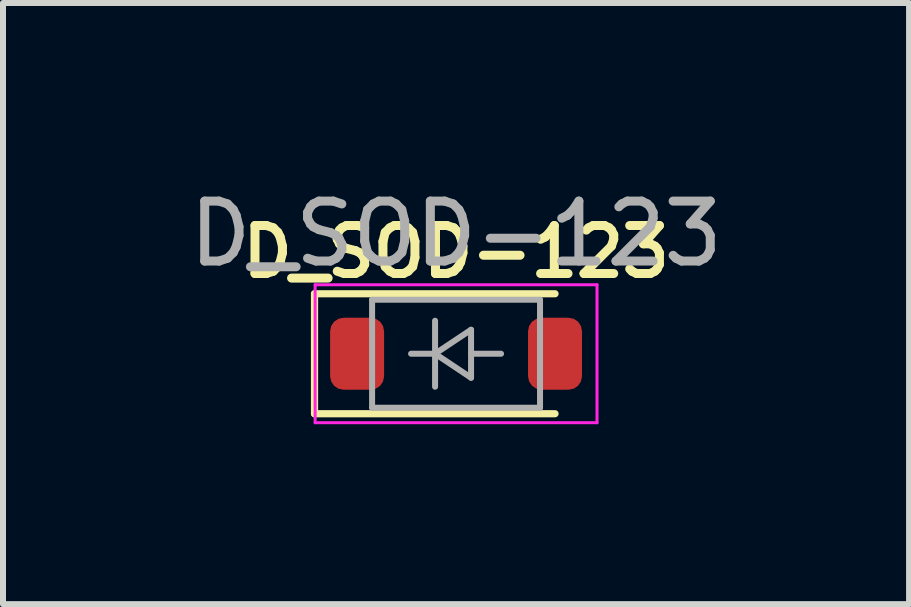
<source format=kicad_pcb>
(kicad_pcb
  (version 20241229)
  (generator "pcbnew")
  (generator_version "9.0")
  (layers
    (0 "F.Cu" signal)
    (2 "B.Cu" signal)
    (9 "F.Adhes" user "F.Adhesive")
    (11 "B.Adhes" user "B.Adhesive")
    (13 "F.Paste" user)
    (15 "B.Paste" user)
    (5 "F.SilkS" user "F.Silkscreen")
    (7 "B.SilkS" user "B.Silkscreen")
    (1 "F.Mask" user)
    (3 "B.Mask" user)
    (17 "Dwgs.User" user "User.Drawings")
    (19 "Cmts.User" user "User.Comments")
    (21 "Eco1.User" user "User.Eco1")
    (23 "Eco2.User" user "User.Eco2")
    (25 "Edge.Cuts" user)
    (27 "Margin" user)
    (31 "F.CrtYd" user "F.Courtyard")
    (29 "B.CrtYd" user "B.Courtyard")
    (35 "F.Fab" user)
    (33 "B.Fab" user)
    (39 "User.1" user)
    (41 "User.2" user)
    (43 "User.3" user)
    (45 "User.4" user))
  (footprint "D_SOD-123"
    (layer "F.Cu")
    (at 4.554 2.848)
    (property "Reference" "D_SOD-123" (at 0 -1.7 0) (layer "F.SilkS") (effects (font (size 0.8 0.8) (thickness 0.15))))
    (attr smd)
    (fp_line (start -2.36 -1) (end -2.36 1) (stroke (width 0.12) (type solid)) (layer "F.SilkS"))
    (fp_line (start -2.36 -1) (end 1.65 -1) (stroke (width 0.12) (type solid)) (layer "F.SilkS"))
    (fp_line (start -2.36 1) (end 1.65 1) (stroke (width 0.12) (type solid)) (layer "F.SilkS"))
    (fp_line (start -2.35 -1.15) (end -2.35 1.15) (stroke (width 0.05) (type solid)) (layer "F.CrtYd"))
    (fp_line (start -2.35 -1.15) (end 2.35 -1.15) (stroke (width 0.05) (type solid)) (layer "F.CrtYd"))
    (fp_line (start 2.35 -1.15) (end 2.35 1.15) (stroke (width 0.05) (type solid)) (layer "F.CrtYd"))
    (fp_line (start 2.35 1.15) (end -2.35 1.15) (stroke (width 0.05) (type solid)) (layer "F.CrtYd"))
    (fp_line (start -1.4 -0.9) (end 1.4 -0.9) (stroke (width 0.1) (type solid)) (layer "F.Fab"))
    (fp_line (start -1.4 0.9) (end -1.4 -0.9) (stroke (width 0.1) (type solid)) (layer "F.Fab"))
    (fp_line (start -0.75 0) (end -0.35 0) (stroke (width 0.1) (type solid)) (layer "F.Fab"))
    (fp_line (start -0.35 0) (end -0.35 -0.55) (stroke (width 0.1) (type solid)) (layer "F.Fab"))
    (fp_line (start -0.35 0) (end -0.35 0.55) (stroke (width 0.1) (type solid)) (layer "F.Fab"))
    (fp_line (start -0.35 0) (end 0.25 -0.4) (stroke (width 0.1) (type solid)) (layer "F.Fab"))
    (fp_line (start 0.25 -0.4) (end 0.25 0.4) (stroke (width 0.1) (type solid)) (layer "F.Fab"))
    (fp_line (start 0.25 0) (end 0.75 0) (stroke (width 0.1) (type solid)) (layer "F.Fab"))
    (fp_line (start 0.25 0.4) (end -0.35 0) (stroke (width 0.1) (type solid)) (layer "F.Fab"))
    (fp_line (start 1.4 -0.9) (end 1.4 0.9) (stroke (width 0.1) (type solid)) (layer "F.Fab"))
    (fp_line (start 1.4 0.9) (end -1.4 0.9) (stroke (width 0.1) (type solid)) (layer "F.Fab"))
    (fp_text user "${REFERENCE}" (at 0 -2 0) (layer "F.Fab") (effects (font (size 1 1) (thickness 0.15))))
    (pad "1" smd roundrect (at -1.65 0) (size 0.9 1.2) (layers "F.Cu" "F.Mask" "F.Paste") (roundrect_rratio 0.25))
    (pad "2" smd roundrect (at 1.65 0) (size 0.9 1.2) (layers "F.Cu" "F.Mask" "F.Paste") (roundrect_rratio 0.25)))
  (gr_rect
    (start -3 -3)
    (end 12.107 7.023)
    (stroke (width 0.1) (type default))
    (fill no)
    (layer "Edge.Cuts")))
</source>
